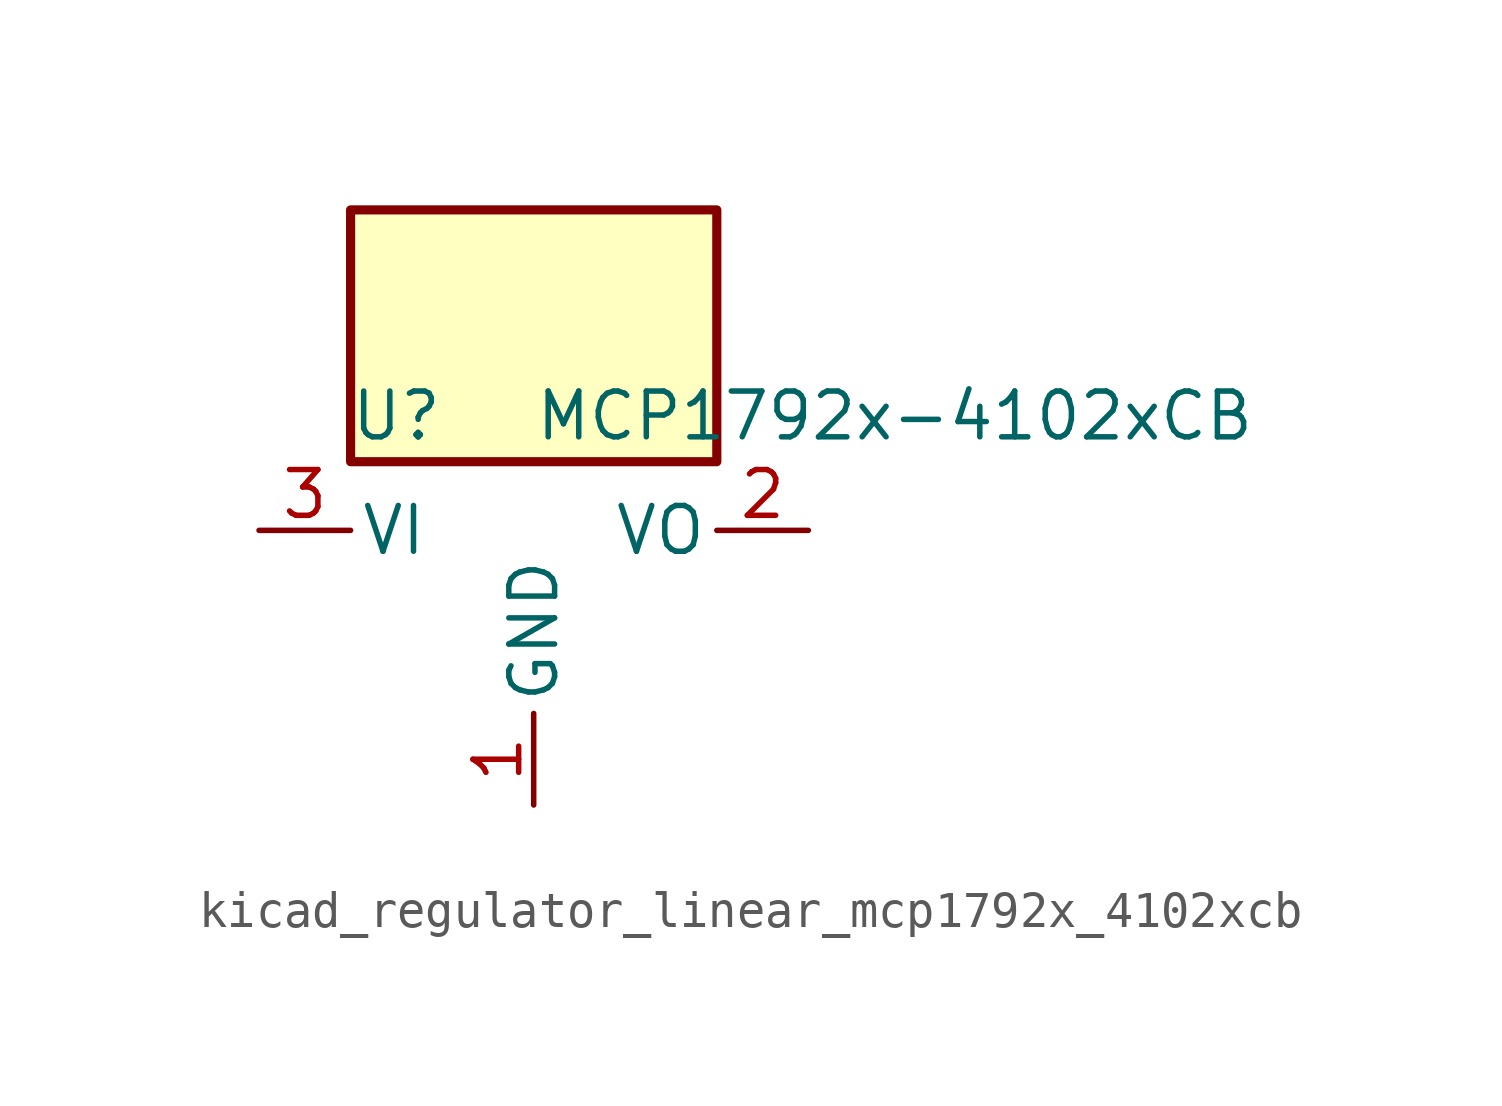
<source format=kicad_sym>
(kicad_symbol_lib
  (version 20220914)
  (generator kicad_symbol_editor)
  (symbol "kicad_regulator_linear_mcp1792x_4102xcb"
    (pin_names
      (offset 0.254))
    (property "Reference" "U"
      (at -3.81 3.175 0)
      (effects (font (size 1.27 1.27))))
    (property "Value" "MCP1792x-4102xCB"
      (at 0 3.175 0)
      (effects (font (size 1.27 1.27)) (justify left)))
    (symbol "kicad_regulator_linear_mcp1792x_4102xcb_0_1"
      (rectangle (start 5.08 8.89) (end -5.08 1.905) (stroke (width 0.254) (type default)) (fill (type background))))
    (symbol "kicad_regulator_linear_mcp1792x_4102xcb_1_1"
      (pin power_in line (at 0 -7.62 90) (length 2.54) (name "GND" (effects (font (size 1.27 1.27)))) (number "1" (effects (font (size 1.27 1.27)))))
      (pin power_out line (at 7.62 0 180) (length 2.54) (name "VO" (effects (font (size 1.27 1.27)))) (number "2" (effects (font (size 1.27 1.27)))))
      (pin power_in line (at -7.62 0 0) (length 2.54) (name "VI" (effects (font (size 1.27 1.27)))) (number "3" (effects (font (size 1.27 1.27))))))))
</source>
